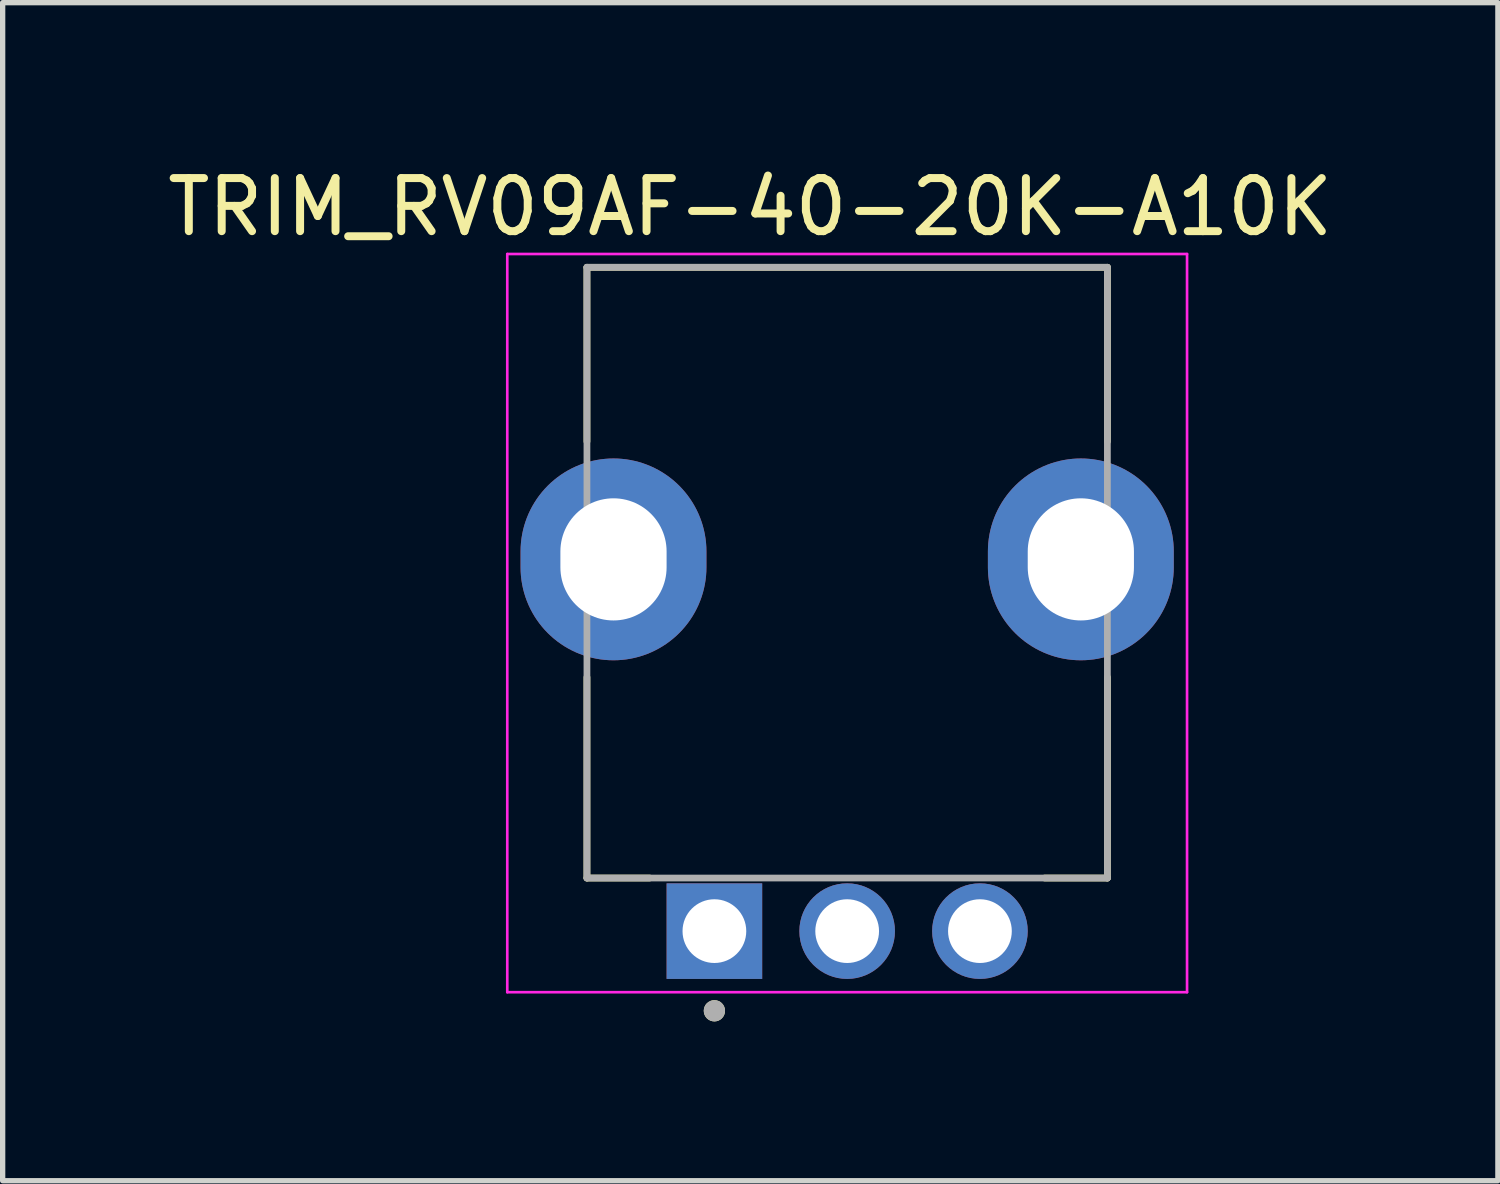
<source format=kicad_pcb>
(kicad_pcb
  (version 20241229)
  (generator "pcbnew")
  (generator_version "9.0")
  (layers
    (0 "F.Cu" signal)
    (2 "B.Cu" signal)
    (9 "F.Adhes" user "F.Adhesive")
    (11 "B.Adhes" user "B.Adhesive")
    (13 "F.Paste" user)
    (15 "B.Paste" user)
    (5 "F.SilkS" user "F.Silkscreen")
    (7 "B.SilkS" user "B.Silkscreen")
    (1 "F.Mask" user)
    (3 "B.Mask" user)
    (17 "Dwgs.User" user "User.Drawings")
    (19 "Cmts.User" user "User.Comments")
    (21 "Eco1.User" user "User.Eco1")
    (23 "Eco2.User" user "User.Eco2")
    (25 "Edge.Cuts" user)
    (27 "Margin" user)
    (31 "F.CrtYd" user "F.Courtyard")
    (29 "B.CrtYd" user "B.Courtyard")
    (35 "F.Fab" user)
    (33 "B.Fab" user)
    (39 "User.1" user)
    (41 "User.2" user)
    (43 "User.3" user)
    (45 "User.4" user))
  (footprint "TRIM_RV09AF-40-20K-A10K"
    (layer "F.Cu")
    (at 12.902 7.483)
    (property "Reference" "TRIM_RV09AF-40-20K-A10K" (at -1.825 -6.635 0) (layer "F.SilkS") (effects (font (size 1 1) (thickness 0.15))))
    (attr through_hole)
    (fp_line (start -4.9 -5.5) (end 4.9 -5.5) (stroke (width 0.127) (type solid)) (layer "F.SilkS"))
    (fp_line (start -4.9 -2.22) (end -4.9 -5.5) (stroke (width 0.127) (type solid)) (layer "F.SilkS"))
    (fp_line (start -4.9 2.22) (end -4.9 6) (stroke (width 0.127) (type solid)) (layer "F.SilkS"))
    (fp_line (start -4.9 6) (end -3.72 6) (stroke (width 0.127) (type solid)) (layer "F.SilkS"))
    (fp_line (start 3.72 6) (end 4.9 6) (stroke (width 0.127) (type solid)) (layer "F.SilkS"))
    (fp_line (start 4.9 -5.5) (end 4.9 -2.22) (stroke (width 0.127) (type solid)) (layer "F.SilkS"))
    (fp_line (start 4.9 6) (end 4.9 2.22) (stroke (width 0.127) (type solid)) (layer "F.SilkS"))
    (fp_circle (center -2.5 8.5) (end -2.4 8.5) (stroke (width 0.2) (type solid)) (fill no) (layer "F.SilkS"))
    (fp_line (start -6.4 -5.75) (end 6.4 -5.75) (stroke (width 0.05) (type solid)) (layer "F.CrtYd"))
    (fp_line (start -6.4 8.15) (end -6.4 -5.75) (stroke (width 0.05) (type solid)) (layer "F.CrtYd"))
    (fp_line (start 6.4 -5.75) (end 6.4 8.15) (stroke (width 0.05) (type solid)) (layer "F.CrtYd"))
    (fp_line (start 6.4 8.15) (end -6.4 8.15) (stroke (width 0.05) (type solid)) (layer "F.CrtYd"))
    (fp_line (start -4.9 -5.5) (end -4.9 6) (stroke (width 0.127) (type solid)) (layer "F.Fab"))
    (fp_line (start -4.9 6) (end 4.9 6) (stroke (width 0.127) (type solid)) (layer "F.Fab"))
    (fp_line (start 4.9 -5.5) (end -4.9 -5.5) (stroke (width 0.127) (type solid)) (layer "F.Fab"))
    (fp_line (start 4.9 6) (end 4.9 -5.5) (stroke (width 0.127) (type solid)) (layer "F.Fab"))
    (fp_circle (center -2.5 8.5) (end -2.4 8.5) (stroke (width 0.2) (type solid)) (fill no) (layer "F.Fab"))
    (pad "1" thru_hole rect (at -2.5 7) (size 1.8 1.8) (drill 1.2) (layers "*.Cu" "*.Mask"))
    (pad "2" thru_hole circle (at 0 7) (size 1.8 1.8) (drill 1.2) (layers "*.Cu" "*.Mask"))
    (pad "3" thru_hole circle (at 2.5 7) (size 1.8 1.8) (drill 1.2) (layers "*.Cu" "*.Mask"))
    (pad "SH1" thru_hole oval (at -4.4 0) (size 3.5 3.8) (drill oval 2 2.3) (layers "*.Cu" "*.Mask"))
    (pad "SH2" thru_hole oval (at 4.4 0) (size 3.5 3.8) (drill oval 2 2.3) (layers "*.Cu" "*.Mask")))
  (gr_rect
    (start -3 -3)
    (end 25.155 19.183)
    (stroke (width 0.1) (type default))
    (fill no)
    (layer "Edge.Cuts")))
</source>
